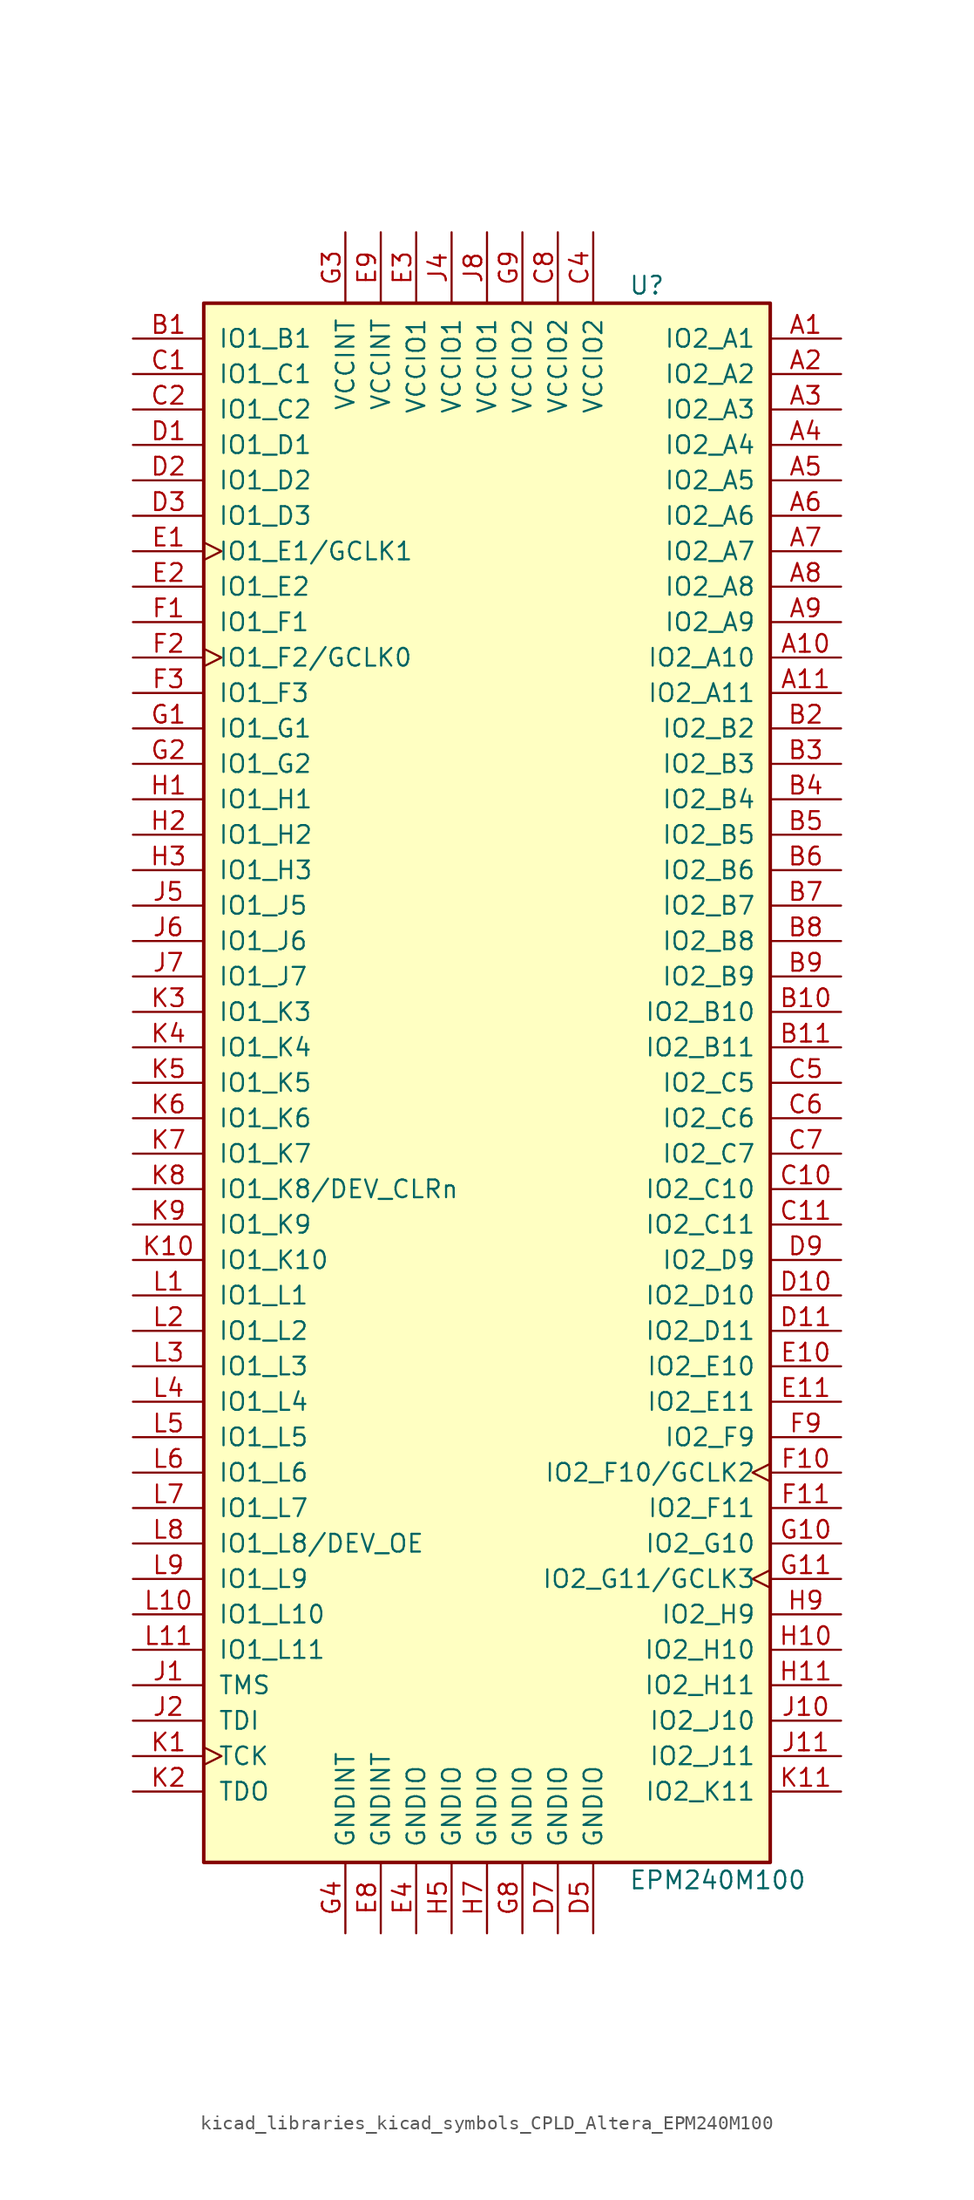
<source format=kicad_sym>
(kicad_symbol_lib
  (version 20220914)
  (generator kicad_symbol_editor)
  (symbol "kicad_libraries_kicad_symbols_CPLD_Altera_EPM240M100"
    (pin_names
      (offset 1.016))
    (property "Reference" "U"
      (at 10.16 57.15 0)
      (effects (font (size 1.27 1.27)) (justify left)))
    (property "Value" "EPM240M100"
      (at 10.16 -57.15 0)
      (effects (font (size 1.27 1.27)) (justify left)))
    (property "ki_locked" ""
      (at 0 0 0)
      (effects (font (size 1.27 1.27))))
    (symbol "kicad_libraries_kicad_symbols_CPLD_Altera_EPM240M100_1_1"
      (rectangle (start -20.32 55.88) (end 20.32 -55.88) (stroke (width 0.254) (type default)) (fill (type background)))
      (pin bidirectional line (at 25.4 53.34 180) (length 5.08) (name "IO2_A1" (effects (font (size 1.27 1.27)))) (number "A1" (effects (font (size 1.27 1.27)))))
      (pin bidirectional line (at 25.4 30.48 180) (length 5.08) (name "IO2_A10" (effects (font (size 1.27 1.27)))) (number "A10" (effects (font (size 1.27 1.27)))))
      (pin bidirectional line (at 25.4 27.94 180) (length 5.08) (name "IO2_A11" (effects (font (size 1.27 1.27)))) (number "A11" (effects (font (size 1.27 1.27)))))
      (pin bidirectional line (at 25.4 50.8 180) (length 5.08) (name "IO2_A2" (effects (font (size 1.27 1.27)))) (number "A2" (effects (font (size 1.27 1.27)))))
      (pin bidirectional line (at 25.4 48.26 180) (length 5.08) (name "IO2_A3" (effects (font (size 1.27 1.27)))) (number "A3" (effects (font (size 1.27 1.27)))))
      (pin bidirectional line (at 25.4 45.72 180) (length 5.08) (name "IO2_A4" (effects (font (size 1.27 1.27)))) (number "A4" (effects (font (size 1.27 1.27)))))
      (pin bidirectional line (at 25.4 43.18 180) (length 5.08) (name "IO2_A5" (effects (font (size 1.27 1.27)))) (number "A5" (effects (font (size 1.27 1.27)))))
      (pin bidirectional line (at 25.4 40.64 180) (length 5.08) (name "IO2_A6" (effects (font (size 1.27 1.27)))) (number "A6" (effects (font (size 1.27 1.27)))))
      (pin bidirectional line (at 25.4 38.1 180) (length 5.08) (name "IO2_A7" (effects (font (size 1.27 1.27)))) (number "A7" (effects (font (size 1.27 1.27)))))
      (pin bidirectional line (at 25.4 35.56 180) (length 5.08) (name "IO2_A8" (effects (font (size 1.27 1.27)))) (number "A8" (effects (font (size 1.27 1.27)))))
      (pin bidirectional line (at 25.4 33.02 180) (length 5.08) (name "IO2_A9" (effects (font (size 1.27 1.27)))) (number "A9" (effects (font (size 1.27 1.27)))))
      (pin bidirectional line (at -25.4 53.34 0) (length 5.08) (name "IO1_B1" (effects (font (size 1.27 1.27)))) (number "B1" (effects (font (size 1.27 1.27)))))
      (pin bidirectional line (at 25.4 5.08 180) (length 5.08) (name "IO2_B10" (effects (font (size 1.27 1.27)))) (number "B10" (effects (font (size 1.27 1.27)))))
      (pin bidirectional line (at 25.4 2.54 180) (length 5.08) (name "IO2_B11" (effects (font (size 1.27 1.27)))) (number "B11" (effects (font (size 1.27 1.27)))))
      (pin bidirectional line (at 25.4 25.4 180) (length 5.08) (name "IO2_B2" (effects (font (size 1.27 1.27)))) (number "B2" (effects (font (size 1.27 1.27)))))
      (pin bidirectional line (at 25.4 22.86 180) (length 5.08) (name "IO2_B3" (effects (font (size 1.27 1.27)))) (number "B3" (effects (font (size 1.27 1.27)))))
      (pin bidirectional line (at 25.4 20.32 180) (length 5.08) (name "IO2_B4" (effects (font (size 1.27 1.27)))) (number "B4" (effects (font (size 1.27 1.27)))))
      (pin bidirectional line (at 25.4 17.78 180) (length 5.08) (name "IO2_B5" (effects (font (size 1.27 1.27)))) (number "B5" (effects (font (size 1.27 1.27)))))
      (pin bidirectional line (at 25.4 15.24 180) (length 5.08) (name "IO2_B6" (effects (font (size 1.27 1.27)))) (number "B6" (effects (font (size 1.27 1.27)))))
      (pin bidirectional line (at 25.4 12.7 180) (length 5.08) (name "IO2_B7" (effects (font (size 1.27 1.27)))) (number "B7" (effects (font (size 1.27 1.27)))))
      (pin bidirectional line (at 25.4 10.16 180) (length 5.08) (name "IO2_B8" (effects (font (size 1.27 1.27)))) (number "B8" (effects (font (size 1.27 1.27)))))
      (pin bidirectional line (at 25.4 7.62 180) (length 5.08) (name "IO2_B9" (effects (font (size 1.27 1.27)))) (number "B9" (effects (font (size 1.27 1.27)))))
      (pin bidirectional line (at -25.4 50.8 0) (length 5.08) (name "IO1_C1" (effects (font (size 1.27 1.27)))) (number "C1" (effects (font (size 1.27 1.27)))))
      (pin bidirectional line (at 25.4 -7.62 180) (length 5.08) (name "IO2_C10" (effects (font (size 1.27 1.27)))) (number "C10" (effects (font (size 1.27 1.27)))))
      (pin bidirectional line (at 25.4 -10.16 180) (length 5.08) (name "IO2_C11" (effects (font (size 1.27 1.27)))) (number "C11" (effects (font (size 1.27 1.27)))))
      (pin bidirectional line (at -25.4 48.26 0) (length 5.08) (name "IO1_C2" (effects (font (size 1.27 1.27)))) (number "C2" (effects (font (size 1.27 1.27)))))
      (pin power_in line (at 7.62 60.96 270) (length 5.08) (name "VCCIO2" (effects (font (size 1.27 1.27)))) (number "C4" (effects (font (size 1.27 1.27)))))
      (pin bidirectional line (at 25.4 0 180) (length 5.08) (name "IO2_C5" (effects (font (size 1.27 1.27)))) (number "C5" (effects (font (size 1.27 1.27)))))
      (pin bidirectional line (at 25.4 -2.54 180) (length 5.08) (name "IO2_C6" (effects (font (size 1.27 1.27)))) (number "C6" (effects (font (size 1.27 1.27)))))
      (pin bidirectional line (at 25.4 -5.08 180) (length 5.08) (name "IO2_C7" (effects (font (size 1.27 1.27)))) (number "C7" (effects (font (size 1.27 1.27)))))
      (pin power_in line (at 5.08 60.96 270) (length 5.08) (name "VCCIO2" (effects (font (size 1.27 1.27)))) (number "C8" (effects (font (size 1.27 1.27)))))
      (pin bidirectional line (at -25.4 45.72 0) (length 5.08) (name "IO1_D1" (effects (font (size 1.27 1.27)))) (number "D1" (effects (font (size 1.27 1.27)))))
      (pin bidirectional line (at 25.4 -15.24 180) (length 5.08) (name "IO2_D10" (effects (font (size 1.27 1.27)))) (number "D10" (effects (font (size 1.27 1.27)))))
      (pin bidirectional line (at 25.4 -17.78 180) (length 5.08) (name "IO2_D11" (effects (font (size 1.27 1.27)))) (number "D11" (effects (font (size 1.27 1.27)))))
      (pin bidirectional line (at -25.4 43.18 0) (length 5.08) (name "IO1_D2" (effects (font (size 1.27 1.27)))) (number "D2" (effects (font (size 1.27 1.27)))))
      (pin bidirectional line (at -25.4 40.64 0) (length 5.08) (name "IO1_D3" (effects (font (size 1.27 1.27)))) (number "D3" (effects (font (size 1.27 1.27)))))
      (pin power_in line (at 7.62 -60.96 90) (length 5.08) (name "GNDIO" (effects (font (size 1.27 1.27)))) (number "D5" (effects (font (size 1.27 1.27)))))
      (pin power_in line (at 5.08 -60.96 90) (length 5.08) (name "GNDIO" (effects (font (size 1.27 1.27)))) (number "D7" (effects (font (size 1.27 1.27)))))
      (pin bidirectional line (at 25.4 -12.7 180) (length 5.08) (name "IO2_D9" (effects (font (size 1.27 1.27)))) (number "D9" (effects (font (size 1.27 1.27)))))
      (pin bidirectional clock (at -25.4 38.1 0) (length 5.08) (name "IO1_E1/GCLK1" (effects (font (size 1.27 1.27)))) (number "E1" (effects (font (size 1.27 1.27)))))
      (pin bidirectional line (at 25.4 -20.32 180) (length 5.08) (name "IO2_E10" (effects (font (size 1.27 1.27)))) (number "E10" (effects (font (size 1.27 1.27)))))
      (pin bidirectional line (at 25.4 -22.86 180) (length 5.08) (name "IO2_E11" (effects (font (size 1.27 1.27)))) (number "E11" (effects (font (size 1.27 1.27)))))
      (pin bidirectional line (at -25.4 35.56 0) (length 5.08) (name "IO1_E2" (effects (font (size 1.27 1.27)))) (number "E2" (effects (font (size 1.27 1.27)))))
      (pin power_in line (at -5.08 60.96 270) (length 5.08) (name "VCCIO1" (effects (font (size 1.27 1.27)))) (number "E3" (effects (font (size 1.27 1.27)))))
      (pin power_in line (at -5.08 -60.96 90) (length 5.08) (name "GNDIO" (effects (font (size 1.27 1.27)))) (number "E4" (effects (font (size 1.27 1.27)))))
      (pin power_in line (at -7.62 -60.96 90) (length 5.08) (name "GNDINT" (effects (font (size 1.27 1.27)))) (number "E8" (effects (font (size 1.27 1.27)))))
      (pin power_in line (at -7.62 60.96 270) (length 5.08) (name "VCCINT" (effects (font (size 1.27 1.27)))) (number "E9" (effects (font (size 1.27 1.27)))))
      (pin bidirectional line (at -25.4 33.02 0) (length 5.08) (name "IO1_F1" (effects (font (size 1.27 1.27)))) (number "F1" (effects (font (size 1.27 1.27)))))
      (pin bidirectional clock (at 25.4 -27.94 180) (length 5.08) (name "IO2_F10/GCLK2" (effects (font (size 1.27 1.27)))) (number "F10" (effects (font (size 1.27 1.27)))))
      (pin bidirectional line (at 25.4 -30.48 180) (length 5.08) (name "IO2_F11" (effects (font (size 1.27 1.27)))) (number "F11" (effects (font (size 1.27 1.27)))))
      (pin bidirectional clock (at -25.4 30.48 0) (length 5.08) (name "IO1_F2/GCLK0" (effects (font (size 1.27 1.27)))) (number "F2" (effects (font (size 1.27 1.27)))))
      (pin bidirectional line (at -25.4 27.94 0) (length 5.08) (name "IO1_F3" (effects (font (size 1.27 1.27)))) (number "F3" (effects (font (size 1.27 1.27)))))
      (pin bidirectional line (at 25.4 -25.4 180) (length 5.08) (name "IO2_F9" (effects (font (size 1.27 1.27)))) (number "F9" (effects (font (size 1.27 1.27)))))
      (pin bidirectional line (at -25.4 25.4 0) (length 5.08) (name "IO1_G1" (effects (font (size 1.27 1.27)))) (number "G1" (effects (font (size 1.27 1.27)))))
      (pin bidirectional line (at 25.4 -33.02 180) (length 5.08) (name "IO2_G10" (effects (font (size 1.27 1.27)))) (number "G10" (effects (font (size 1.27 1.27)))))
      (pin bidirectional clock (at 25.4 -35.56 180) (length 5.08) (name "IO2_G11/GCLK3" (effects (font (size 1.27 1.27)))) (number "G11" (effects (font (size 1.27 1.27)))))
      (pin bidirectional line (at -25.4 22.86 0) (length 5.08) (name "IO1_G2" (effects (font (size 1.27 1.27)))) (number "G2" (effects (font (size 1.27 1.27)))))
      (pin power_in line (at -10.16 60.96 270) (length 5.08) (name "VCCINT" (effects (font (size 1.27 1.27)))) (number "G3" (effects (font (size 1.27 1.27)))))
      (pin power_in line (at -10.16 -60.96 90) (length 5.08) (name "GNDINT" (effects (font (size 1.27 1.27)))) (number "G4" (effects (font (size 1.27 1.27)))))
      (pin power_in line (at 2.54 -60.96 90) (length 5.08) (name "GNDIO" (effects (font (size 1.27 1.27)))) (number "G8" (effects (font (size 1.27 1.27)))))
      (pin power_in line (at 2.54 60.96 270) (length 5.08) (name "VCCIO2" (effects (font (size 1.27 1.27)))) (number "G9" (effects (font (size 1.27 1.27)))))
      (pin bidirectional line (at -25.4 20.32 0) (length 5.08) (name "IO1_H1" (effects (font (size 1.27 1.27)))) (number "H1" (effects (font (size 1.27 1.27)))))
      (pin bidirectional line (at 25.4 -40.64 180) (length 5.08) (name "IO2_H10" (effects (font (size 1.27 1.27)))) (number "H10" (effects (font (size 1.27 1.27)))))
      (pin bidirectional line (at 25.4 -43.18 180) (length 5.08) (name "IO2_H11" (effects (font (size 1.27 1.27)))) (number "H11" (effects (font (size 1.27 1.27)))))
      (pin bidirectional line (at -25.4 17.78 0) (length 5.08) (name "IO1_H2" (effects (font (size 1.27 1.27)))) (number "H2" (effects (font (size 1.27 1.27)))))
      (pin bidirectional line (at -25.4 15.24 0) (length 5.08) (name "IO1_H3" (effects (font (size 1.27 1.27)))) (number "H3" (effects (font (size 1.27 1.27)))))
      (pin power_in line (at -2.54 -60.96 90) (length 5.08) (name "GNDIO" (effects (font (size 1.27 1.27)))) (number "H5" (effects (font (size 1.27 1.27)))))
      (pin power_in line (at 0 -60.96 90) (length 5.08) (name "GNDIO" (effects (font (size 1.27 1.27)))) (number "H7" (effects (font (size 1.27 1.27)))))
      (pin bidirectional line (at 25.4 -38.1 180) (length 5.08) (name "IO2_H9" (effects (font (size 1.27 1.27)))) (number "H9" (effects (font (size 1.27 1.27)))))
      (pin input line (at -25.4 -43.18 0) (length 5.08) (name "TMS" (effects (font (size 1.27 1.27)))) (number "J1" (effects (font (size 1.27 1.27)))))
      (pin bidirectional line (at 25.4 -45.72 180) (length 5.08) (name "IO2_J10" (effects (font (size 1.27 1.27)))) (number "J10" (effects (font (size 1.27 1.27)))))
      (pin bidirectional line (at 25.4 -48.26 180) (length 5.08) (name "IO2_J11" (effects (font (size 1.27 1.27)))) (number "J11" (effects (font (size 1.27 1.27)))))
      (pin input line (at -25.4 -45.72 0) (length 5.08) (name "TDI" (effects (font (size 1.27 1.27)))) (number "J2" (effects (font (size 1.27 1.27)))))
      (pin power_in line (at -2.54 60.96 270) (length 5.08) (name "VCCIO1" (effects (font (size 1.27 1.27)))) (number "J4" (effects (font (size 1.27 1.27)))))
      (pin bidirectional line (at -25.4 12.7 0) (length 5.08) (name "IO1_J5" (effects (font (size 1.27 1.27)))) (number "J5" (effects (font (size 1.27 1.27)))))
      (pin bidirectional line (at -25.4 10.16 0) (length 5.08) (name "IO1_J6" (effects (font (size 1.27 1.27)))) (number "J6" (effects (font (size 1.27 1.27)))))
      (pin bidirectional line (at -25.4 7.62 0) (length 5.08) (name "IO1_J7" (effects (font (size 1.27 1.27)))) (number "J7" (effects (font (size 1.27 1.27)))))
      (pin power_in line (at 0 60.96 270) (length 5.08) (name "VCCIO1" (effects (font (size 1.27 1.27)))) (number "J8" (effects (font (size 1.27 1.27)))))
      (pin input clock (at -25.4 -48.26 0) (length 5.08) (name "TCK" (effects (font (size 1.27 1.27)))) (number "K1" (effects (font (size 1.27 1.27)))))
      (pin bidirectional line (at -25.4 -12.7 0) (length 5.08) (name "IO1_K10" (effects (font (size 1.27 1.27)))) (number "K10" (effects (font (size 1.27 1.27)))))
      (pin bidirectional line (at 25.4 -50.8 180) (length 5.08) (name "IO2_K11" (effects (font (size 1.27 1.27)))) (number "K11" (effects (font (size 1.27 1.27)))))
      (pin output line (at -25.4 -50.8 0) (length 5.08) (name "TDO" (effects (font (size 1.27 1.27)))) (number "K2" (effects (font (size 1.27 1.27)))))
      (pin bidirectional line (at -25.4 5.08 0) (length 5.08) (name "IO1_K3" (effects (font (size 1.27 1.27)))) (number "K3" (effects (font (size 1.27 1.27)))))
      (pin bidirectional line (at -25.4 2.54 0) (length 5.08) (name "IO1_K4" (effects (font (size 1.27 1.27)))) (number "K4" (effects (font (size 1.27 1.27)))))
      (pin bidirectional line (at -25.4 0 0) (length 5.08) (name "IO1_K5" (effects (font (size 1.27 1.27)))) (number "K5" (effects (font (size 1.27 1.27)))))
      (pin bidirectional line (at -25.4 -2.54 0) (length 5.08) (name "IO1_K6" (effects (font (size 1.27 1.27)))) (number "K6" (effects (font (size 1.27 1.27)))))
      (pin bidirectional line (at -25.4 -5.08 0) (length 5.08) (name "IO1_K7" (effects (font (size 1.27 1.27)))) (number "K7" (effects (font (size 1.27 1.27)))))
      (pin bidirectional line (at -25.4 -7.62 0) (length 5.08) (name "IO1_K8/DEV_CLRn" (effects (font (size 1.27 1.27)))) (number "K8" (effects (font (size 1.27 1.27)))))
      (pin bidirectional line (at -25.4 -10.16 0) (length 5.08) (name "IO1_K9" (effects (font (size 1.27 1.27)))) (number "K9" (effects (font (size 1.27 1.27)))))
      (pin bidirectional line (at -25.4 -15.24 0) (length 5.08) (name "IO1_L1" (effects (font (size 1.27 1.27)))) (number "L1" (effects (font (size 1.27 1.27)))))
      (pin bidirectional line (at -25.4 -38.1 0) (length 5.08) (name "IO1_L10" (effects (font (size 1.27 1.27)))) (number "L10" (effects (font (size 1.27 1.27)))))
      (pin bidirectional line (at -25.4 -40.64 0) (length 5.08) (name "IO1_L11" (effects (font (size 1.27 1.27)))) (number "L11" (effects (font (size 1.27 1.27)))))
      (pin bidirectional line (at -25.4 -17.78 0) (length 5.08) (name "IO1_L2" (effects (font (size 1.27 1.27)))) (number "L2" (effects (font (size 1.27 1.27)))))
      (pin bidirectional line (at -25.4 -20.32 0) (length 5.08) (name "IO1_L3" (effects (font (size 1.27 1.27)))) (number "L3" (effects (font (size 1.27 1.27)))))
      (pin bidirectional line (at -25.4 -22.86 0) (length 5.08) (name "IO1_L4" (effects (font (size 1.27 1.27)))) (number "L4" (effects (font (size 1.27 1.27)))))
      (pin bidirectional line (at -25.4 -25.4 0) (length 5.08) (name "IO1_L5" (effects (font (size 1.27 1.27)))) (number "L5" (effects (font (size 1.27 1.27)))))
      (pin bidirectional line (at -25.4 -27.94 0) (length 5.08) (name "IO1_L6" (effects (font (size 1.27 1.27)))) (number "L6" (effects (font (size 1.27 1.27)))))
      (pin bidirectional line (at -25.4 -30.48 0) (length 5.08) (name "IO1_L7" (effects (font (size 1.27 1.27)))) (number "L7" (effects (font (size 1.27 1.27)))))
      (pin bidirectional line (at -25.4 -33.02 0) (length 5.08) (name "IO1_L8/DEV_OE" (effects (font (size 1.27 1.27)))) (number "L8" (effects (font (size 1.27 1.27)))))
      (pin bidirectional line (at -25.4 -35.56 0) (length 5.08) (name "IO1_L9" (effects (font (size 1.27 1.27)))) (number "L9" (effects (font (size 1.27 1.27))))))))
</source>
